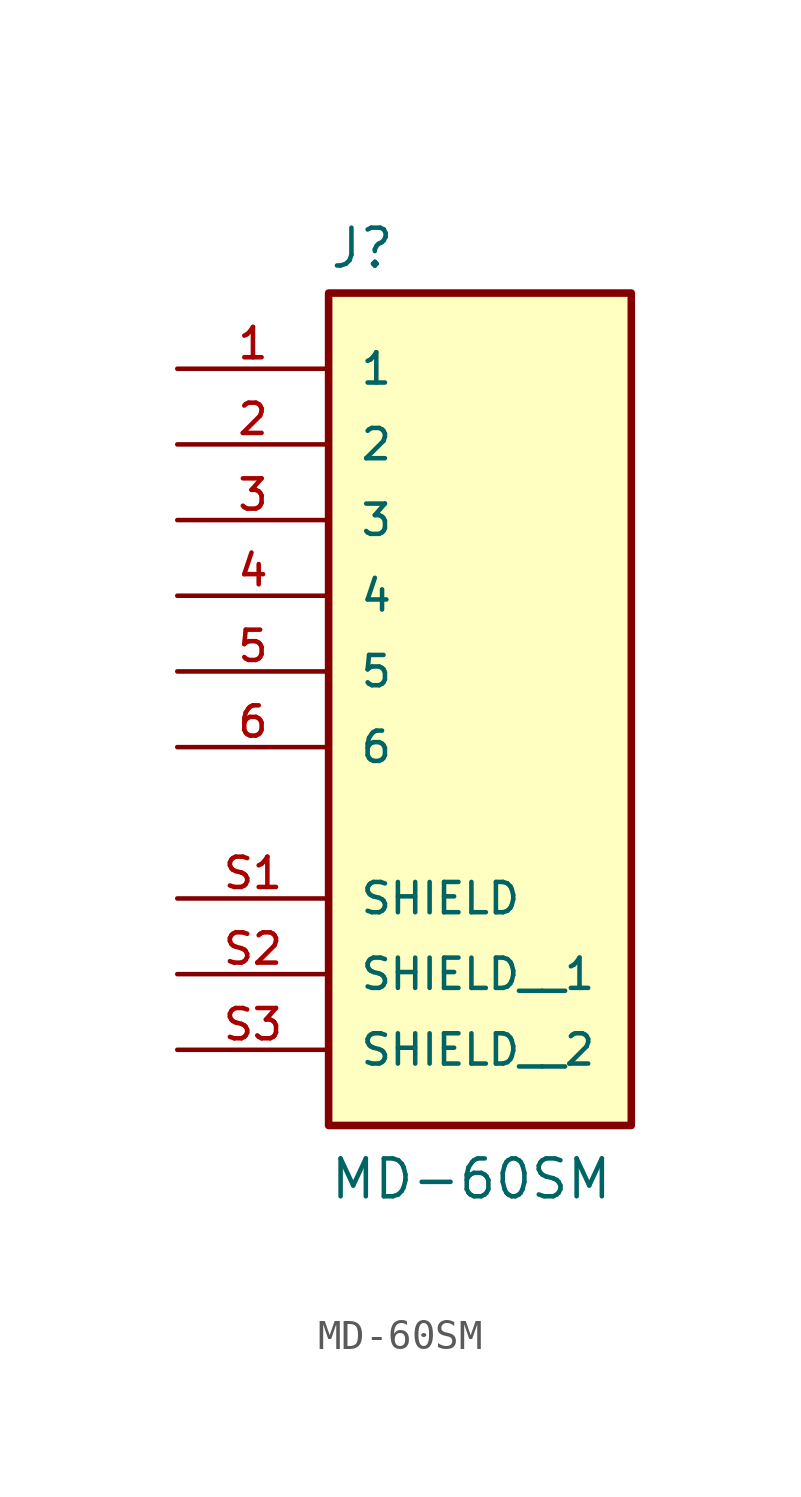
<source format=kicad_sym>
(kicad_symbol_lib
  (version 20231120)
  (generator "kicad_symbol_editor")
  (generator_version "8.0")
  (symbol "MD-60SM"
    (pin_names
      (offset 1.016))
    (property "Reference" "J"
      (at -5.08 10.922 0)
      (effects (font (size 1.27 1.27)) (justify left bottom)))
    (property "Value" "MD-60SM"
      (at -5.08 -20.32 0)
      (effects (font (size 1.27 1.27)) (justify left bottom)))
    (symbol "MD-60SM_0_0"
      (rectangle (start -5.08 -17.78) (end 5.08 10.16) (stroke (width 0.254) (type solid)) (fill (type background)))
      (pin passive line (at -10.16 7.62 0) (length 5.08) (name "1" (effects (font (size 1.016 1.016)))) (number "1" (effects (font (size 1.016 1.016)))))
      (pin passive line (at -10.16 5.08 0) (length 5.08) (name "2" (effects (font (size 1.016 1.016)))) (number "2" (effects (font (size 1.016 1.016)))))
      (pin passive line (at -10.16 2.54 0) (length 5.08) (name "3" (effects (font (size 1.016 1.016)))) (number "3" (effects (font (size 1.016 1.016)))))
      (pin passive line (at -10.16 0 0) (length 5.08) (name "4" (effects (font (size 1.016 1.016)))) (number "4" (effects (font (size 1.016 1.016)))))
      (pin passive line (at -10.16 -2.54 0) (length 5.08) (name "5" (effects (font (size 1.016 1.016)))) (number "5" (effects (font (size 1.016 1.016)))))
      (pin passive line (at -10.16 -5.08 0) (length 5.08) (name "6" (effects (font (size 1.016 1.016)))) (number "6" (effects (font (size 1.016 1.016)))))
      (pin passive line (at -10.16 -10.16 0) (length 5.08) (name "SHIELD" (effects (font (size 1.016 1.016)))) (number "S1" (effects (font (size 1.016 1.016)))))
      (pin passive line (at -10.16 -12.7 0) (length 5.08) (name "SHIELD__1" (effects (font (size 1.016 1.016)))) (number "S2" (effects (font (size 1.016 1.016)))))
      (pin passive line (at -10.16 -15.24 0) (length 5.08) (name "SHIELD__2" (effects (font (size 1.016 1.016)))) (number "S3" (effects (font (size 1.016 1.016))))))))
</source>
